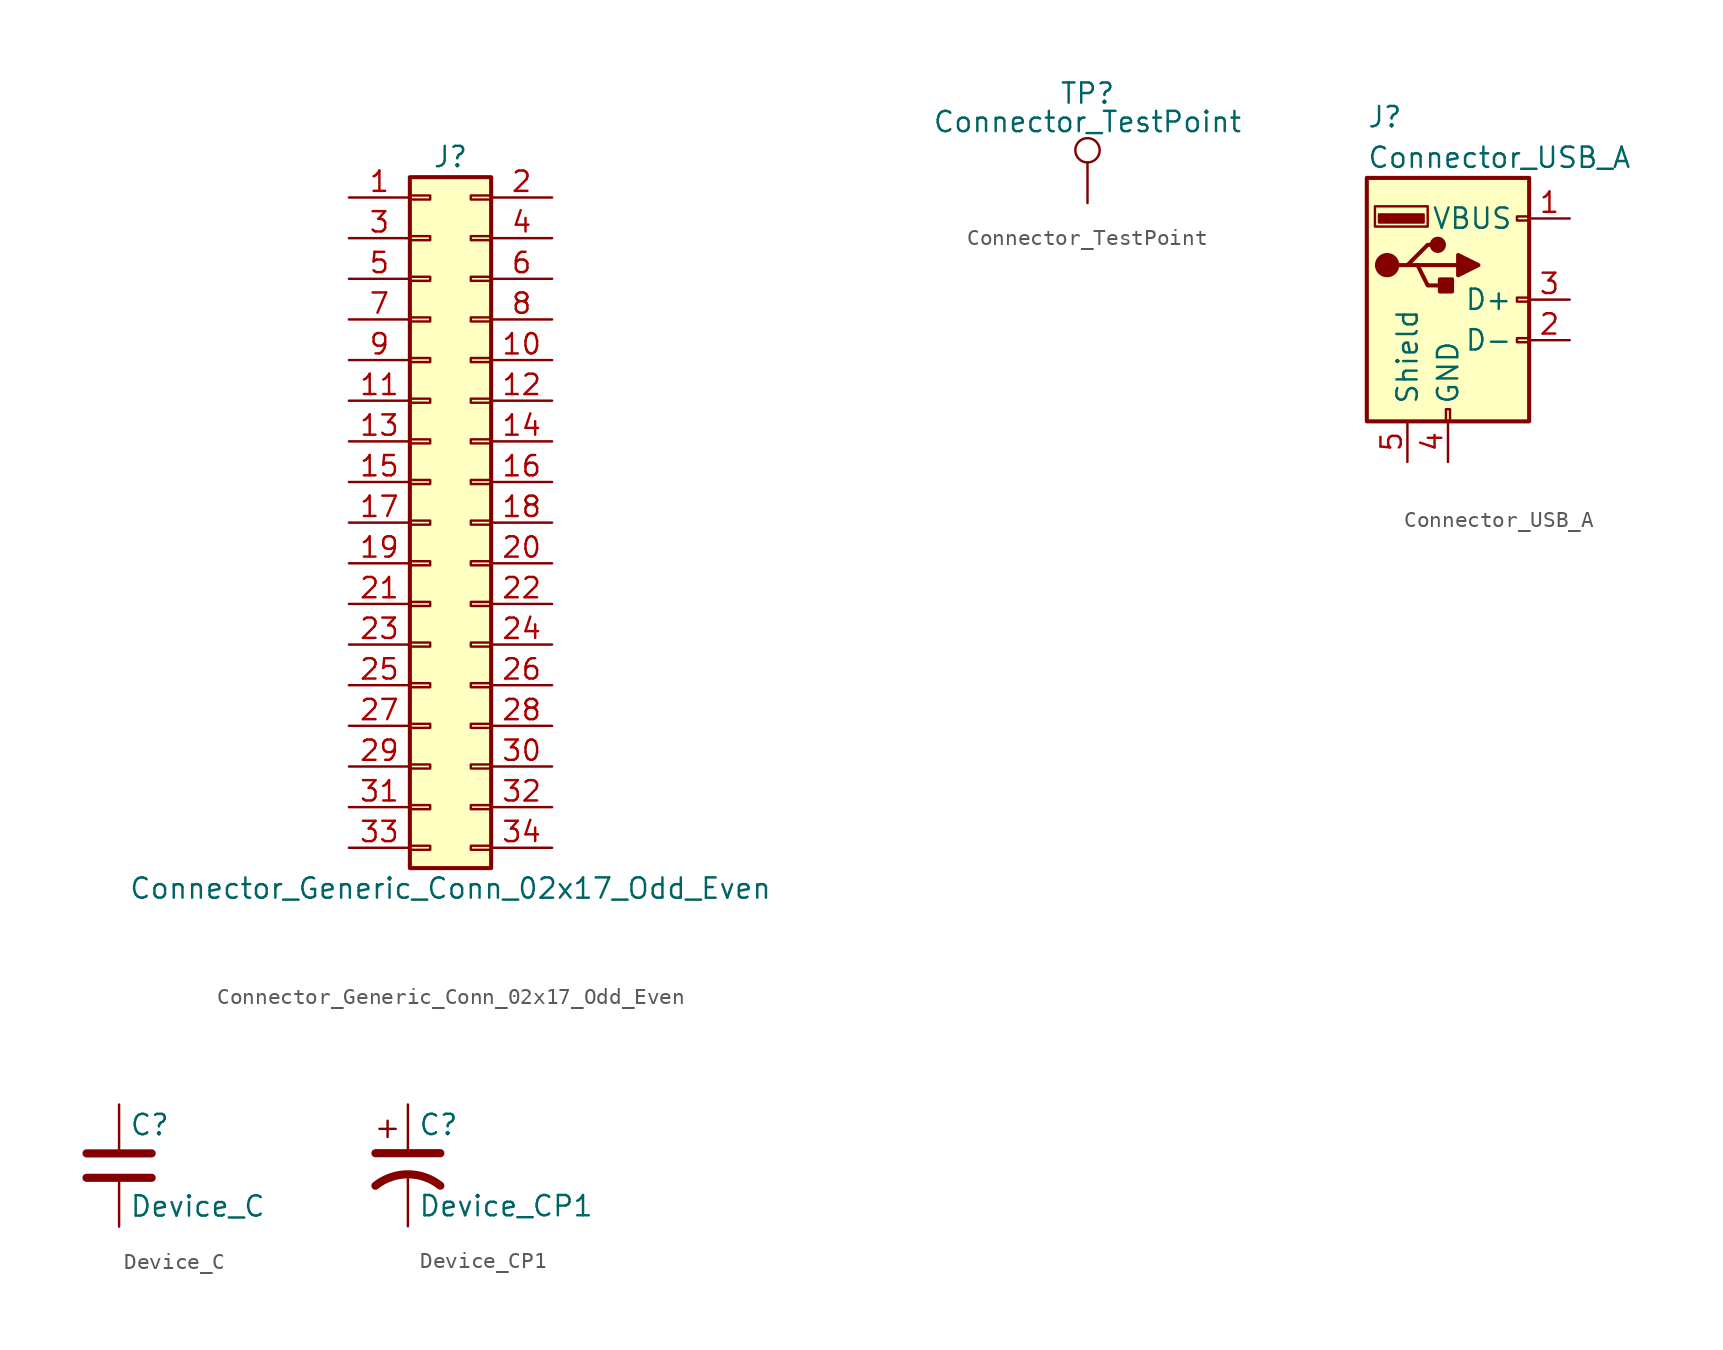
<source format=kicad_sym>
(kicad_symbol_lib
  (version 20210619)
  (generator kicad_symbol_editor)
  (symbol "OpenFlops:Connector_Generic_Conn_02x17_Odd_Even"
    (pin_names
      (offset 1.016) hide)
    (property "Reference" "J"
      (at 1.27 22.86 0)
      (effects (font (size 1.27 1.27))))
    (property "Value" "Connector_Generic_Conn_02x17_Odd_Even"
      (at 1.27 -22.86 0)
      (effects (font (size 1.27 1.27))))
    (symbol "Connector_Generic_Conn_02x17_Odd_Even_1_1"
      (rectangle (start -1.27 -20.193) (end 0 -20.447) (stroke (width 0.152)) (fill (type none)))
      (rectangle (start -1.27 -17.653) (end 0 -17.907) (stroke (width 0.152)) (fill (type none)))
      (rectangle (start -1.27 -15.113) (end 0 -15.367) (stroke (width 0.152)) (fill (type none)))
      (rectangle (start -1.27 -12.573) (end 0 -12.827) (stroke (width 0.152)) (fill (type none)))
      (rectangle (start -1.27 -10.033) (end 0 -10.287) (stroke (width 0.152)) (fill (type none)))
      (rectangle (start -1.27 -7.493) (end 0 -7.747) (stroke (width 0.152)) (fill (type none)))
      (rectangle (start -1.27 -4.953) (end 0 -5.207) (stroke (width 0.152)) (fill (type none)))
      (rectangle (start -1.27 -2.413) (end 0 -2.667) (stroke (width 0.152)) (fill (type none)))
      (rectangle (start -1.27 0.127) (end 0 -0.127) (stroke (width 0.152)) (fill (type none)))
      (rectangle (start -1.27 2.667) (end 0 2.413) (stroke (width 0.152)) (fill (type none)))
      (rectangle (start -1.27 5.207) (end 0 4.953) (stroke (width 0.152)) (fill (type none)))
      (rectangle (start -1.27 7.747) (end 0 7.493) (stroke (width 0.152)) (fill (type none)))
      (rectangle (start -1.27 10.287) (end 0 10.033) (stroke (width 0.152)) (fill (type none)))
      (rectangle (start -1.27 12.827) (end 0 12.573) (stroke (width 0.152)) (fill (type none)))
      (rectangle (start -1.27 15.367) (end 0 15.113) (stroke (width 0.152)) (fill (type none)))
      (rectangle (start -1.27 17.907) (end 0 17.653) (stroke (width 0.152)) (fill (type none)))
      (rectangle (start -1.27 20.447) (end 0 20.193) (stroke (width 0.152)) (fill (type none)))
      (rectangle (start 3.81 -20.193) (end 2.54 -20.447) (stroke (width 0.152)) (fill (type none)))
      (rectangle (start 3.81 -17.653) (end 2.54 -17.907) (stroke (width 0.152)) (fill (type none)))
      (rectangle (start 3.81 -15.113) (end 2.54 -15.367) (stroke (width 0.152)) (fill (type none)))
      (rectangle (start 3.81 -12.573) (end 2.54 -12.827) (stroke (width 0.152)) (fill (type none)))
      (rectangle (start 3.81 -10.033) (end 2.54 -10.287) (stroke (width 0.152)) (fill (type none)))
      (rectangle (start 3.81 -7.493) (end 2.54 -7.747) (stroke (width 0.152)) (fill (type none)))
      (rectangle (start 3.81 -4.953) (end 2.54 -5.207) (stroke (width 0.152)) (fill (type none)))
      (rectangle (start 3.81 -2.413) (end 2.54 -2.667) (stroke (width 0.152)) (fill (type none)))
      (rectangle (start 3.81 0.127) (end 2.54 -0.127) (stroke (width 0.152)) (fill (type none)))
      (rectangle (start 3.81 2.667) (end 2.54 2.413) (stroke (width 0.152)) (fill (type none)))
      (rectangle (start 3.81 5.207) (end 2.54 4.953) (stroke (width 0.152)) (fill (type none)))
      (rectangle (start 3.81 7.747) (end 2.54 7.493) (stroke (width 0.152)) (fill (type none)))
      (rectangle (start 3.81 10.287) (end 2.54 10.033) (stroke (width 0.152)) (fill (type none)))
      (rectangle (start 3.81 12.827) (end 2.54 12.573) (stroke (width 0.152)) (fill (type none)))
      (rectangle (start 3.81 15.367) (end 2.54 15.113) (stroke (width 0.152)) (fill (type none)))
      (rectangle (start 3.81 17.907) (end 2.54 17.653) (stroke (width 0.152)) (fill (type none)))
      (rectangle (start 3.81 20.447) (end 2.54 20.193) (stroke (width 0.152)) (fill (type none)))
      (rectangle (start -1.27 21.59) (end 3.81 -21.59) (stroke (width 0.254)) (fill (type background)))
      (pin passive line (at -5.08 20.32 0) (length 3.81) (name "Pin_1" (effects (font (size 1.27 1.27)))) (number "1" (effects (font (size 1.27 1.27)))))
      (pin passive line (at 7.62 10.16 180) (length 3.81) (name "Pin_10" (effects (font (size 1.27 1.27)))) (number "10" (effects (font (size 1.27 1.27)))))
      (pin passive line (at -5.08 7.62 0) (length 3.81) (name "Pin_11" (effects (font (size 1.27 1.27)))) (number "11" (effects (font (size 1.27 1.27)))))
      (pin passive line (at 7.62 7.62 180) (length 3.81) (name "Pin_12" (effects (font (size 1.27 1.27)))) (number "12" (effects (font (size 1.27 1.27)))))
      (pin passive line (at -5.08 5.08 0) (length 3.81) (name "Pin_13" (effects (font (size 1.27 1.27)))) (number "13" (effects (font (size 1.27 1.27)))))
      (pin passive line (at 7.62 5.08 180) (length 3.81) (name "Pin_14" (effects (font (size 1.27 1.27)))) (number "14" (effects (font (size 1.27 1.27)))))
      (pin passive line (at -5.08 2.54 0) (length 3.81) (name "Pin_15" (effects (font (size 1.27 1.27)))) (number "15" (effects (font (size 1.27 1.27)))))
      (pin passive line (at 7.62 2.54 180) (length 3.81) (name "Pin_16" (effects (font (size 1.27 1.27)))) (number "16" (effects (font (size 1.27 1.27)))))
      (pin passive line (at -5.08 0 0) (length 3.81) (name "Pin_17" (effects (font (size 1.27 1.27)))) (number "17" (effects (font (size 1.27 1.27)))))
      (pin passive line (at 7.62 0 180) (length 3.81) (name "Pin_18" (effects (font (size 1.27 1.27)))) (number "18" (effects (font (size 1.27 1.27)))))
      (pin passive line (at -5.08 -2.54 0) (length 3.81) (name "Pin_19" (effects (font (size 1.27 1.27)))) (number "19" (effects (font (size 1.27 1.27)))))
      (pin passive line (at 7.62 20.32 180) (length 3.81) (name "Pin_2" (effects (font (size 1.27 1.27)))) (number "2" (effects (font (size 1.27 1.27)))))
      (pin passive line (at 7.62 -2.54 180) (length 3.81) (name "Pin_20" (effects (font (size 1.27 1.27)))) (number "20" (effects (font (size 1.27 1.27)))))
      (pin passive line (at -5.08 -5.08 0) (length 3.81) (name "Pin_21" (effects (font (size 1.27 1.27)))) (number "21" (effects (font (size 1.27 1.27)))))
      (pin passive line (at 7.62 -5.08 180) (length 3.81) (name "Pin_22" (effects (font (size 1.27 1.27)))) (number "22" (effects (font (size 1.27 1.27)))))
      (pin passive line (at -5.08 -7.62 0) (length 3.81) (name "Pin_23" (effects (font (size 1.27 1.27)))) (number "23" (effects (font (size 1.27 1.27)))))
      (pin passive line (at 7.62 -7.62 180) (length 3.81) (name "Pin_24" (effects (font (size 1.27 1.27)))) (number "24" (effects (font (size 1.27 1.27)))))
      (pin passive line (at -5.08 -10.16 0) (length 3.81) (name "Pin_25" (effects (font (size 1.27 1.27)))) (number "25" (effects (font (size 1.27 1.27)))))
      (pin passive line (at 7.62 -10.16 180) (length 3.81) (name "Pin_26" (effects (font (size 1.27 1.27)))) (number "26" (effects (font (size 1.27 1.27)))))
      (pin passive line (at -5.08 -12.7 0) (length 3.81) (name "Pin_27" (effects (font (size 1.27 1.27)))) (number "27" (effects (font (size 1.27 1.27)))))
      (pin passive line (at 7.62 -12.7 180) (length 3.81) (name "Pin_28" (effects (font (size 1.27 1.27)))) (number "28" (effects (font (size 1.27 1.27)))))
      (pin passive line (at -5.08 -15.24 0) (length 3.81) (name "Pin_29" (effects (font (size 1.27 1.27)))) (number "29" (effects (font (size 1.27 1.27)))))
      (pin passive line (at -5.08 17.78 0) (length 3.81) (name "Pin_3" (effects (font (size 1.27 1.27)))) (number "3" (effects (font (size 1.27 1.27)))))
      (pin passive line (at 7.62 -15.24 180) (length 3.81) (name "Pin_30" (effects (font (size 1.27 1.27)))) (number "30" (effects (font (size 1.27 1.27)))))
      (pin passive line (at -5.08 -17.78 0) (length 3.81) (name "Pin_31" (effects (font (size 1.27 1.27)))) (number "31" (effects (font (size 1.27 1.27)))))
      (pin passive line (at 7.62 -17.78 180) (length 3.81) (name "Pin_32" (effects (font (size 1.27 1.27)))) (number "32" (effects (font (size 1.27 1.27)))))
      (pin passive line (at -5.08 -20.32 0) (length 3.81) (name "Pin_33" (effects (font (size 1.27 1.27)))) (number "33" (effects (font (size 1.27 1.27)))))
      (pin passive line (at 7.62 -20.32 180) (length 3.81) (name "Pin_34" (effects (font (size 1.27 1.27)))) (number "34" (effects (font (size 1.27 1.27)))))
      (pin passive line (at 7.62 17.78 180) (length 3.81) (name "Pin_4" (effects (font (size 1.27 1.27)))) (number "4" (effects (font (size 1.27 1.27)))))
      (pin passive line (at -5.08 15.24 0) (length 3.81) (name "Pin_5" (effects (font (size 1.27 1.27)))) (number "5" (effects (font (size 1.27 1.27)))))
      (pin passive line (at 7.62 15.24 180) (length 3.81) (name "Pin_6" (effects (font (size 1.27 1.27)))) (number "6" (effects (font (size 1.27 1.27)))))
      (pin passive line (at -5.08 12.7 0) (length 3.81) (name "Pin_7" (effects (font (size 1.27 1.27)))) (number "7" (effects (font (size 1.27 1.27)))))
      (pin passive line (at 7.62 12.7 180) (length 3.81) (name "Pin_8" (effects (font (size 1.27 1.27)))) (number "8" (effects (font (size 1.27 1.27)))))
      (pin passive line (at -5.08 10.16 0) (length 3.81) (name "Pin_9" (effects (font (size 1.27 1.27)))) (number "9" (effects (font (size 1.27 1.27)))))))
  (symbol "OpenFlops:Connector_TestPoint"
    (pin_numbers hide)
    (pin_names
      (offset 0.762) hide)
    (property "Reference" "TP"
      (at 0 6.858 0)
      (effects (font (size 1.27 1.27))))
    (property "Value" "Connector_TestPoint"
      (at 0 5.08 0)
      (effects (font (size 1.27 1.27))))
    (symbol "Connector_TestPoint_0_1"
      (circle (center 0 3.302) (radius 0.762) (stroke (width 0)) (fill (type none))))
    (symbol "Connector_TestPoint_1_1"
      (pin passive line (at 0 0 90) (length 2.54) (name "1" (effects (font (size 1.27 1.27)))) (number "1" (effects (font (size 1.27 1.27)))))))
  (symbol "OpenFlops:Connector_USB_A"
    (pin_names
      (offset 1.016))
    (property "Reference" "J"
      (at -5.08 11.43 0)
      (effects (font (size 1.27 1.27)) (justify left)))
    (property "Value" "Connector_USB_A"
      (at -5.08 8.89 0)
      (effects (font (size 1.27 1.27)) (justify left)))
    (symbol "Connector_USB_A_0_1"
      (circle (center -3.81 2.159) (radius 0.635) (stroke (width 0.254)) (fill (type outline)))
      (circle (center -0.635 3.429) (radius 0.381) (stroke (width 0.254)) (fill (type outline)))
      (rectangle (start -1.27 4.572) (end -4.572 5.842) (stroke (width 0)) (fill (type none)))
      (rectangle (start -0.127 -7.62) (end 0.127 -6.858) (stroke (width 0)) (fill (type none)))
      (rectangle (start 5.08 -2.667) (end 4.318 -2.413) (stroke (width 0)) (fill (type none)))
      (rectangle (start 5.08 -0.127) (end 4.318 0.127) (stroke (width 0)) (fill (type none)))
      (rectangle (start 5.08 4.953) (end 4.318 5.207) (stroke (width 0)) (fill (type none)))
      (rectangle (start -1.524 4.826) (end -4.318 5.334) (stroke (width 0)) (fill (type outline)))
      (rectangle (start 0.254 1.27) (end -0.508 0.508) (stroke (width 0.254)) (fill (type outline)))
      (rectangle (start -5.08 -7.62) (end 5.08 7.62) (stroke (width 0.254)) (fill (type background)))
      (polyline (pts (xy -3.175 2.159) (xy -2.54 2.159) (xy -1.27 3.429) (xy -0.635 3.429)) (stroke (width 0.254)) (fill (type none)))
      (polyline (pts (xy -2.54 2.159) (xy -1.905 2.159) (xy -1.27 0.889) (xy 0 0.889)) (stroke (width 0.254)) (fill (type none)))
      (polyline (pts (xy 0.635 2.794) (xy 0.635 1.524) (xy 1.905 2.159) (xy 0.635 2.794)) (stroke (width 0.254)) (fill (type outline))))
    (symbol "Connector_USB_A_1_1"
      (polyline (pts (xy -1.905 2.159) (xy 0.635 2.159)) (stroke (width 0.254)) (fill (type none)))
      (pin power_in line (at 7.62 5.08 180) (length 2.54) (name "VBUS" (effects (font (size 1.27 1.27)))) (number "1" (effects (font (size 1.27 1.27)))))
      (pin passive line (at 7.62 -2.54 180) (length 2.54) (name "D-" (effects (font (size 1.27 1.27)))) (number "2" (effects (font (size 1.27 1.27)))))
      (pin passive line (at 7.62 0 180) (length 2.54) (name "D+" (effects (font (size 1.27 1.27)))) (number "3" (effects (font (size 1.27 1.27)))))
      (pin power_in line (at 0 -10.16 90) (length 2.54) (name "GND" (effects (font (size 1.27 1.27)))) (number "4" (effects (font (size 1.27 1.27)))))
      (pin passive line (at -2.54 -10.16 90) (length 2.54) (name "Shield" (effects (font (size 1.27 1.27)))) (number "5" (effects (font (size 1.27 1.27)))))))
  (symbol "OpenFlops:Device_C"
    (pin_numbers hide)
    (pin_names
      (offset 0.254))
    (property "Reference" "C"
      (at 0.635 2.54 0)
      (effects (font (size 1.27 1.27)) (justify left)))
    (property "Value" "Device_C"
      (at 0.635 -2.54 0)
      (effects (font (size 1.27 1.27)) (justify left)))
    (symbol "Device_C_0_1"
      (polyline (pts (xy -2.032 -0.762) (xy 2.032 -0.762)) (stroke (width 0.508)) (fill (type none)))
      (polyline (pts (xy -2.032 0.762) (xy 2.032 0.762)) (stroke (width 0.508)) (fill (type none))))
    (symbol "Device_C_1_1"
      (pin passive line (at 0 3.81 270) (length 2.794) (name "~" (effects (font (size 1.27 1.27)))) (number "1" (effects (font (size 1.27 1.27)))))
      (pin passive line (at 0 -3.81 90) (length 2.794) (name "~" (effects (font (size 1.27 1.27)))) (number "2" (effects (font (size 1.27 1.27)))))))
  (symbol "OpenFlops:Device_CP1"
    (pin_numbers hide)
    (pin_names
      (offset 0.254) hide)
    (property "Reference" "C"
      (at 0.635 2.54 0)
      (effects (font (size 1.27 1.27)) (justify left)))
    (property "Value" "Device_CP1"
      (at 0.635 -2.54 0)
      (effects (font (size 1.27 1.27)) (justify left)))
    (symbol "Device_CP1_0_1"
      (arc (start -2.032 -1.27) (end 2.032 -1.27) (radius (at 0 -3.81) (length 3.2512) (angles 128.7 51.3)) (stroke (width 0.508)) (fill (type none)))
      (polyline (pts (xy -2.032 0.762) (xy 2.032 0.762)) (stroke (width 0.508)) (fill (type none)))
      (polyline (pts (xy -1.778 2.286) (xy -0.762 2.286)) (stroke (width 0)) (fill (type none)))
      (polyline (pts (xy -1.27 1.778) (xy -1.27 2.794)) (stroke (width 0)) (fill (type none))))
    (symbol "Device_CP1_1_1"
      (pin passive line (at 0 3.81 270) (length 2.794) (name "~" (effects (font (size 1.27 1.27)))) (number "1" (effects (font (size 1.27 1.27)))))
      (pin passive line (at 0 -3.81 90) (length 3.302) (name "~" (effects (font (size 1.27 1.27)))) (number "2" (effects (font (size 1.27 1.27))))))))
</source>
